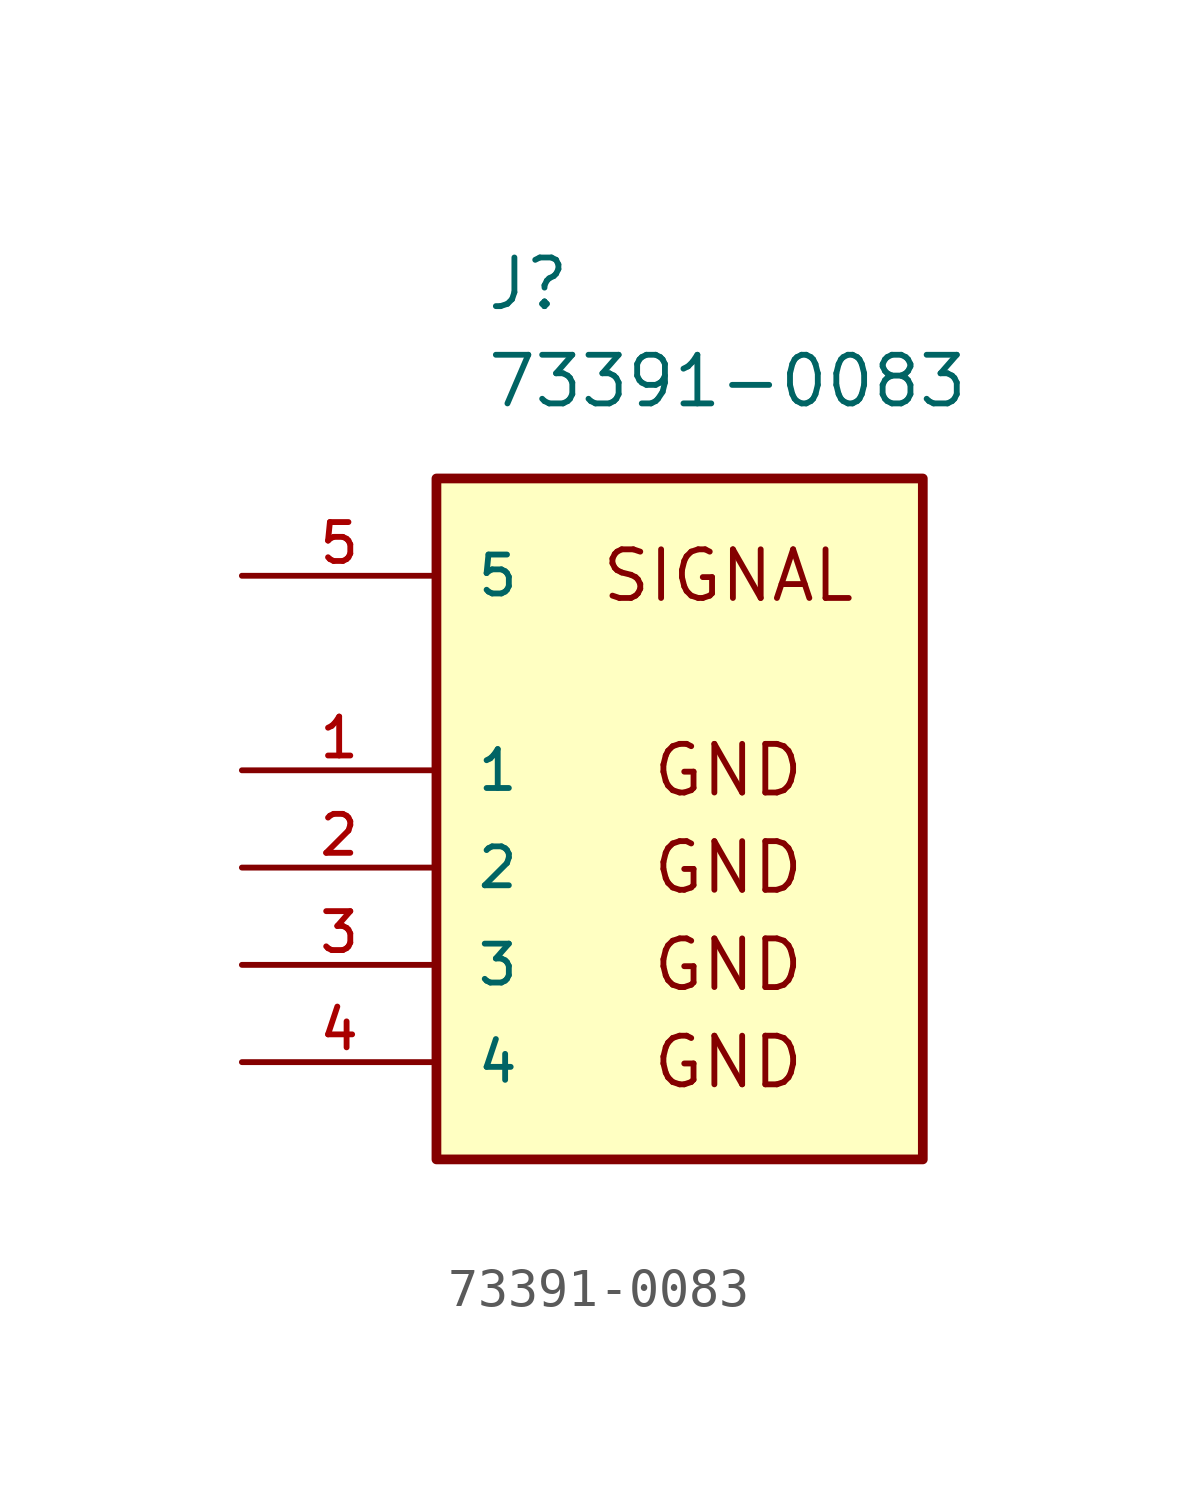
<source format=kicad_sym>
(kicad_symbol_lib
  (version 20211014)
  (generator kicad_symbol_editor)
  (symbol "73391-0083"
    (pin_names
      (offset 1.016))
    (property "Reference" "J"
      (at 6.35 7.62 0)
      (effects (font (size 1.27 1.27)) (justify left)))
    (property "Value" "73391-0083"
      (at 6.35 5.08 0)
      (effects (font (size 1.27 1.27)) (justify left)))
    (symbol "73391-0083_0_0"
      (text "GND" (at 12.7 -12.7 0) (effects (font (size 1.27 1.27))))
      (text "GND" (at 12.7 -10.16 0) (effects (font (size 1.27 1.27))))
      (text "GND" (at 12.7 -7.62 0) (effects (font (size 1.27 1.27))))
      (text "GND" (at 12.7 -5.08 0) (effects (font (size 1.27 1.27))))
      (text "SIGNAL" (at 12.7 0.0 0) (effects (font (size 1.27 1.27))))
      (rectangle (start 5.08 -15.24) (end 17.78 2.54) (stroke (width 0.254)) (fill (type background)))
      (pin bidirectional line (at 0.0 -5.08 0) (length 5.08) (name "1" (effects (font (size 1.016 1.016)))) (number "1" (effects (font (size 1.016 1.016)))))
      (pin bidirectional line (at 0.0 -10.16 0) (length 5.08) (name "3" (effects (font (size 1.016 1.016)))) (number "3" (effects (font (size 1.016 1.016)))))
      (pin bidirectional line (at 0.0 0.0 0) (length 5.08) (name "5" (effects (font (size 1.016 1.016)))) (number "5" (effects (font (size 1.016 1.016)))))
      (pin bidirectional line (at 0.0 -7.62 0) (length 5.08) (name "2" (effects (font (size 1.016 1.016)))) (number "2" (effects (font (size 1.016 1.016)))))
      (pin bidirectional line (at 0.0 -12.7 0) (length 5.08) (name "4" (effects (font (size 1.016 1.016)))) (number "4" (effects (font (size 1.016 1.016))))))))
</source>
